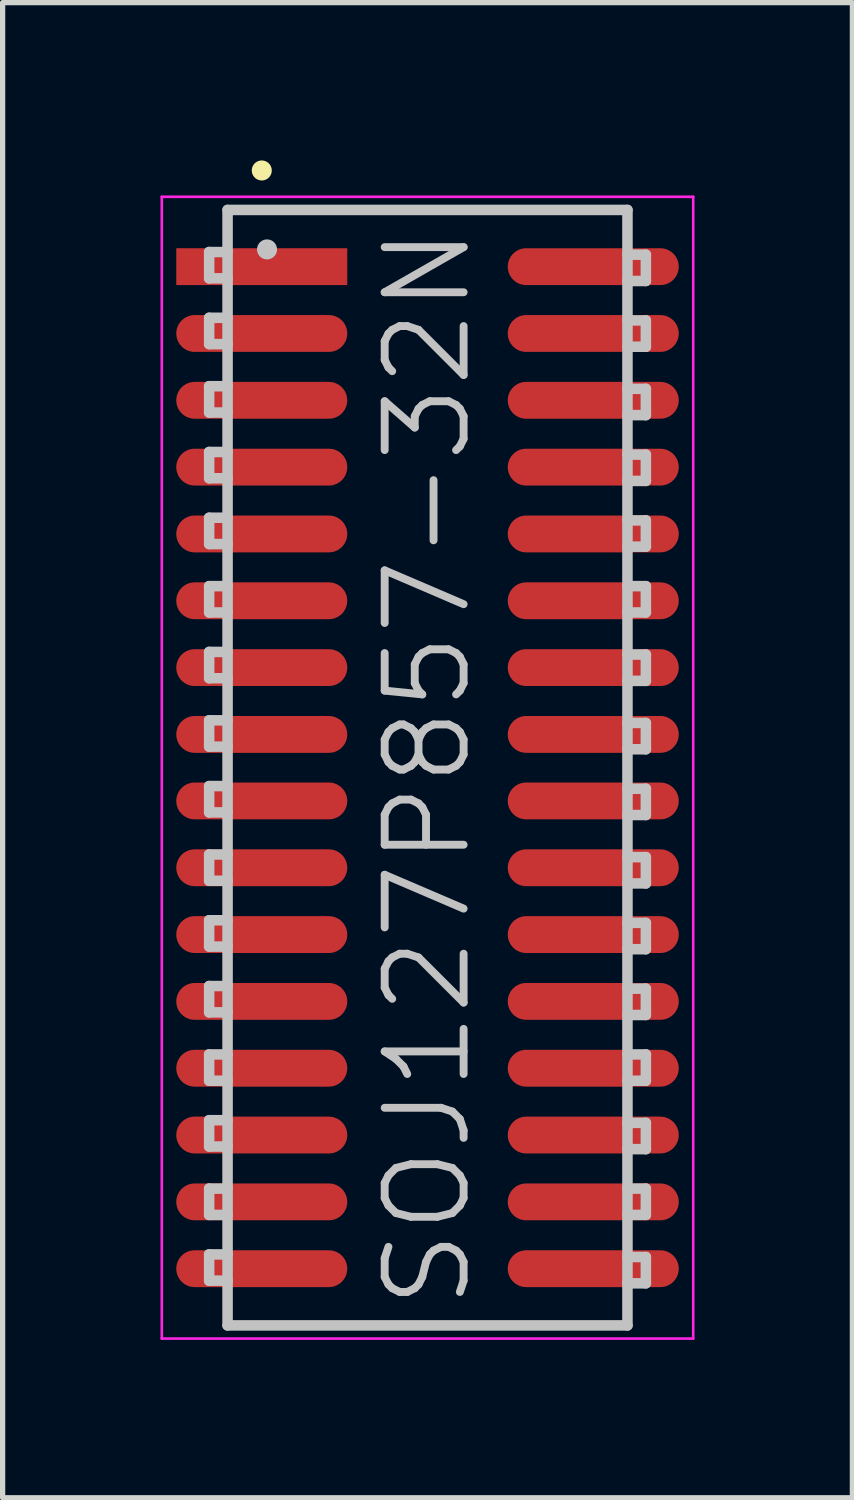
<source format=kicad_pcb>
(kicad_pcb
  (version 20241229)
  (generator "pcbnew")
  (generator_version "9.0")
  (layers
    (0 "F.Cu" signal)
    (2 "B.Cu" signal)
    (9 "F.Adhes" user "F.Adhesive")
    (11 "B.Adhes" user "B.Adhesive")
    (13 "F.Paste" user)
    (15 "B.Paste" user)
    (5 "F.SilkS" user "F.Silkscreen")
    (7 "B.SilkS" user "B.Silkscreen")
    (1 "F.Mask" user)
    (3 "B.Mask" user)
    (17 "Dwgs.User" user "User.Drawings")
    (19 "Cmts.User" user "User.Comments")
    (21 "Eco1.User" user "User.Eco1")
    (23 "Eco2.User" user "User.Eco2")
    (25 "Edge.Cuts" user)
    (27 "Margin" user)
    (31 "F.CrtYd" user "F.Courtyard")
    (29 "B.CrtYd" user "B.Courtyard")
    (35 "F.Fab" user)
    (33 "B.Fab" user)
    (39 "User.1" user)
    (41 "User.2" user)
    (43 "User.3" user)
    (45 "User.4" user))
  (footprint "SOJ127P857-32N"
    (layer "F.Cu")
    (at 5.075 11.54)
    (property "Reference" "SOJ127P857-32N" (at 0 0 90) (layer "Dwgs.User") (effects (font (size 1.5 1.5) (thickness 0.15))))
    (attr smd)
    (fp_line (start -3.15 -11.35) (end -3.15 -11.35) (stroke (width 0.381) (type solid)) (layer "F.SilkS"))
    (fp_line (start -4.15 -9.8) (end -4.15 -9.3) (stroke (width 0.2) (type solid)) (layer "Dwgs.User"))
    (fp_line (start -4.15 -9.3) (end -3.8 -9.3) (stroke (width 0.2) (type solid)) (layer "Dwgs.User"))
    (fp_line (start -4.15 -8.55) (end -4.15 -8.05) (stroke (width 0.2) (type solid)) (layer "Dwgs.User"))
    (fp_line (start -4.15 -8.05) (end -3.8 -8.05) (stroke (width 0.2) (type solid)) (layer "Dwgs.User"))
    (fp_line (start -4.15 -7.25) (end -4.15 -6.75) (stroke (width 0.2) (type solid)) (layer "Dwgs.User"))
    (fp_line (start -4.15 -6.75) (end -3.8 -6.75) (stroke (width 0.2) (type solid)) (layer "Dwgs.User"))
    (fp_line (start -4.15 -6) (end -4.15 -5.5) (stroke (width 0.2) (type solid)) (layer "Dwgs.User"))
    (fp_line (start -4.15 -5.5) (end -3.8 -5.5) (stroke (width 0.2) (type solid)) (layer "Dwgs.User"))
    (fp_line (start -4.15 -4.75) (end -4.15 -4.25) (stroke (width 0.2) (type solid)) (layer "Dwgs.User"))
    (fp_line (start -4.15 -4.25) (end -3.8 -4.25) (stroke (width 0.2) (type solid)) (layer "Dwgs.User"))
    (fp_line (start -4.15 -3.45) (end -4.15 -2.95) (stroke (width 0.2) (type solid)) (layer "Dwgs.User"))
    (fp_line (start -4.15 -2.95) (end -3.8 -2.95) (stroke (width 0.2) (type solid)) (layer "Dwgs.User"))
    (fp_line (start -4.15 -2.2) (end -4.15 -1.7) (stroke (width 0.2) (type solid)) (layer "Dwgs.User"))
    (fp_line (start -4.15 -1.7) (end -3.8 -1.7) (stroke (width 0.2) (type solid)) (layer "Dwgs.User"))
    (fp_line (start -4.15 -0.9) (end -4.15 -0.4) (stroke (width 0.2) (type solid)) (layer "Dwgs.User"))
    (fp_line (start -4.15 -0.4) (end -3.8 -0.4) (stroke (width 0.2) (type solid)) (layer "Dwgs.User"))
    (fp_line (start -4.15 0.35) (end -4.15 0.85) (stroke (width 0.2) (type solid)) (layer "Dwgs.User"))
    (fp_line (start -4.15 0.85) (end -3.8 0.85) (stroke (width 0.2) (type solid)) (layer "Dwgs.User"))
    (fp_line (start -4.15 1.65) (end -4.15 2.15) (stroke (width 0.2) (type solid)) (layer "Dwgs.User"))
    (fp_line (start -4.15 2.15) (end -3.8 2.15) (stroke (width 0.2) (type solid)) (layer "Dwgs.User"))
    (fp_line (start -4.15 2.9) (end -4.15 3.4) (stroke (width 0.2) (type solid)) (layer "Dwgs.User"))
    (fp_line (start -4.15 3.4) (end -3.8 3.4) (stroke (width 0.2) (type solid)) (layer "Dwgs.User"))
    (fp_line (start -4.15 4.15) (end -4.15 4.65) (stroke (width 0.2) (type solid)) (layer "Dwgs.User"))
    (fp_line (start -4.15 4.65) (end -3.8 4.65) (stroke (width 0.2) (type solid)) (layer "Dwgs.User"))
    (fp_line (start -4.15 5.45) (end -4.15 5.95) (stroke (width 0.2) (type solid)) (layer "Dwgs.User"))
    (fp_line (start -4.15 5.95) (end -3.8 5.95) (stroke (width 0.2) (type solid)) (layer "Dwgs.User"))
    (fp_line (start -4.15 6.7) (end -4.15 7.2) (stroke (width 0.2) (type solid)) (layer "Dwgs.User"))
    (fp_line (start -4.15 7.2) (end -3.8 7.2) (stroke (width 0.2) (type solid)) (layer "Dwgs.User"))
    (fp_line (start -4.15 8) (end -4.15 8.5) (stroke (width 0.2) (type solid)) (layer "Dwgs.User"))
    (fp_line (start -4.15 8.5) (end -3.8 8.5) (stroke (width 0.2) (type solid)) (layer "Dwgs.User"))
    (fp_line (start -4.15 9.25) (end -4.15 9.75) (stroke (width 0.2) (type solid)) (layer "Dwgs.User"))
    (fp_line (start -4.15 9.75) (end -3.8 9.75) (stroke (width 0.2) (type solid)) (layer "Dwgs.User"))
    (fp_line (start -3.8 -10.6) (end -3.8 10.6) (stroke (width 0.2) (type solid)) (layer "Dwgs.User"))
    (fp_line (start -3.8 -10.6) (end 3.8 -10.6) (stroke (width 0.2) (type solid)) (layer "Dwgs.User"))
    (fp_line (start -3.8 -9.8) (end -4.15 -9.8) (stroke (width 0.2) (type solid)) (layer "Dwgs.User"))
    (fp_line (start -3.8 -8.55) (end -4.15 -8.55) (stroke (width 0.2) (type solid)) (layer "Dwgs.User"))
    (fp_line (start -3.8 -7.25) (end -4.15 -7.25) (stroke (width 0.2) (type solid)) (layer "Dwgs.User"))
    (fp_line (start -3.8 -6) (end -4.15 -6) (stroke (width 0.2) (type solid)) (layer "Dwgs.User"))
    (fp_line (start -3.8 -4.75) (end -4.15 -4.75) (stroke (width 0.2) (type solid)) (layer "Dwgs.User"))
    (fp_line (start -3.8 -3.45) (end -4.15 -3.45) (stroke (width 0.2) (type solid)) (layer "Dwgs.User"))
    (fp_line (start -3.8 -2.2) (end -4.15 -2.2) (stroke (width 0.2) (type solid)) (layer "Dwgs.User"))
    (fp_line (start -3.8 -0.9) (end -4.15 -0.9) (stroke (width 0.2) (type solid)) (layer "Dwgs.User"))
    (fp_line (start -3.8 0.35) (end -4.15 0.35) (stroke (width 0.2) (type solid)) (layer "Dwgs.User"))
    (fp_line (start -3.8 1.65) (end -4.15 1.65) (stroke (width 0.2) (type solid)) (layer "Dwgs.User"))
    (fp_line (start -3.8 2.9) (end -4.15 2.9) (stroke (width 0.2) (type solid)) (layer "Dwgs.User"))
    (fp_line (start -3.8 4.15) (end -4.15 4.15) (stroke (width 0.2) (type solid)) (layer "Dwgs.User"))
    (fp_line (start -3.8 5.45) (end -4.15 5.45) (stroke (width 0.2) (type solid)) (layer "Dwgs.User"))
    (fp_line (start -3.8 6.7) (end -4.15 6.7) (stroke (width 0.2) (type solid)) (layer "Dwgs.User"))
    (fp_line (start -3.8 8) (end -4.15 8) (stroke (width 0.2) (type solid)) (layer "Dwgs.User"))
    (fp_line (start -3.8 9.25) (end -4.15 9.25) (stroke (width 0.2) (type solid)) (layer "Dwgs.User"))
    (fp_line (start -3.8 10.6) (end 3.8 10.6) (stroke (width 0.2) (type solid)) (layer "Dwgs.User"))
    (fp_line (start -3.05 -9.85) (end -3.05 -9.85) (stroke (width 0.381) (type solid)) (layer "Dwgs.User"))
    (fp_line (start 3.8 -10.6) (end 3.8 10.6) (stroke (width 0.2) (type solid)) (layer "Dwgs.User"))
    (fp_line (start 3.8 -9.75) (end 4.15 -9.75) (stroke (width 0.2) (type solid)) (layer "Dwgs.User"))
    (fp_line (start 3.8 -8.5) (end 4.15 -8.5) (stroke (width 0.2) (type solid)) (layer "Dwgs.User"))
    (fp_line (start 3.8 -7.2) (end 4.15 -7.2) (stroke (width 0.2) (type solid)) (layer "Dwgs.User"))
    (fp_line (start 3.8 -5.95) (end 4.15 -5.95) (stroke (width 0.2) (type solid)) (layer "Dwgs.User"))
    (fp_line (start 3.8 -4.7) (end 4.15 -4.7) (stroke (width 0.2) (type solid)) (layer "Dwgs.User"))
    (fp_line (start 3.8 -3.45) (end 4.15 -3.45) (stroke (width 0.2) (type solid)) (layer "Dwgs.User"))
    (fp_line (start 3.8 -2.15) (end 4.15 -2.15) (stroke (width 0.2) (type solid)) (layer "Dwgs.User"))
    (fp_line (start 3.8 -0.85) (end 4.15 -0.85) (stroke (width 0.2) (type solid)) (layer "Dwgs.User"))
    (fp_line (start 3.8 0.4) (end 4.15 0.4) (stroke (width 0.2) (type solid)) (layer "Dwgs.User"))
    (fp_line (start 3.8 1.7) (end 4.15 1.7) (stroke (width 0.2) (type solid)) (layer "Dwgs.User"))
    (fp_line (start 3.8 2.95) (end 4.15 2.95) (stroke (width 0.2) (type solid)) (layer "Dwgs.User"))
    (fp_line (start 3.8 4.2) (end 4.15 4.2) (stroke (width 0.2) (type solid)) (layer "Dwgs.User"))
    (fp_line (start 3.8 5.45) (end 4.15 5.45) (stroke (width 0.2) (type solid)) (layer "Dwgs.User"))
    (fp_line (start 3.8 6.75) (end 4.15 6.75) (stroke (width 0.2) (type solid)) (layer "Dwgs.User"))
    (fp_line (start 3.8 8) (end 4.15 8) (stroke (width 0.2) (type solid)) (layer "Dwgs.User"))
    (fp_line (start 3.8 9.3) (end 4.15 9.3) (stroke (width 0.2) (type solid)) (layer "Dwgs.User"))
    (fp_line (start 4.15 -9.75) (end 4.15 -9.25) (stroke (width 0.2) (type solid)) (layer "Dwgs.User"))
    (fp_line (start 4.15 -9.25) (end 3.8 -9.25) (stroke (width 0.2) (type solid)) (layer "Dwgs.User"))
    (fp_line (start 4.15 -8.5) (end 4.15 -8) (stroke (width 0.2) (type solid)) (layer "Dwgs.User"))
    (fp_line (start 4.15 -8) (end 3.8 -8) (stroke (width 0.2) (type solid)) (layer "Dwgs.User"))
    (fp_line (start 4.15 -7.2) (end 4.15 -6.7) (stroke (width 0.2) (type solid)) (layer "Dwgs.User"))
    (fp_line (start 4.15 -6.7) (end 3.8 -6.7) (stroke (width 0.2) (type solid)) (layer "Dwgs.User"))
    (fp_line (start 4.15 -5.95) (end 4.15 -5.45) (stroke (width 0.2) (type solid)) (layer "Dwgs.User"))
    (fp_line (start 4.15 -5.45) (end 3.8 -5.45) (stroke (width 0.2) (type solid)) (layer "Dwgs.User"))
    (fp_line (start 4.15 -4.7) (end 4.15 -4.2) (stroke (width 0.2) (type solid)) (layer "Dwgs.User"))
    (fp_line (start 4.15 -4.2) (end 3.8 -4.2) (stroke (width 0.2) (type solid)) (layer "Dwgs.User"))
    (fp_line (start 4.15 -3.45) (end 4.15 -2.95) (stroke (width 0.2) (type solid)) (layer "Dwgs.User"))
    (fp_line (start 4.15 -2.95) (end 3.8 -2.95) (stroke (width 0.2) (type solid)) (layer "Dwgs.User"))
    (fp_line (start 4.15 -2.15) (end 4.15 -1.65) (stroke (width 0.2) (type solid)) (layer "Dwgs.User"))
    (fp_line (start 4.15 -1.65) (end 3.8 -1.65) (stroke (width 0.2) (type solid)) (layer "Dwgs.User"))
    (fp_line (start 4.15 -0.85) (end 4.15 -0.35) (stroke (width 0.2) (type solid)) (layer "Dwgs.User"))
    (fp_line (start 4.15 -0.35) (end 3.8 -0.35) (stroke (width 0.2) (type solid)) (layer "Dwgs.User"))
    (fp_line (start 4.15 0.4) (end 4.15 0.9) (stroke (width 0.2) (type solid)) (layer "Dwgs.User"))
    (fp_line (start 4.15 0.9) (end 3.8 0.9) (stroke (width 0.2) (type solid)) (layer "Dwgs.User"))
    (fp_line (start 4.15 1.7) (end 4.15 2.2) (stroke (width 0.2) (type solid)) (layer "Dwgs.User"))
    (fp_line (start 4.15 2.2) (end 3.8 2.2) (stroke (width 0.2) (type solid)) (layer "Dwgs.User"))
    (fp_line (start 4.15 2.95) (end 4.15 3.45) (stroke (width 0.2) (type solid)) (layer "Dwgs.User"))
    (fp_line (start 4.15 3.45) (end 3.8 3.45) (stroke (width 0.2) (type solid)) (layer "Dwgs.User"))
    (fp_line (start 4.15 4.2) (end 4.15 4.7) (stroke (width 0.2) (type solid)) (layer "Dwgs.User"))
    (fp_line (start 4.15 4.7) (end 3.8 4.7) (stroke (width 0.2) (type solid)) (layer "Dwgs.User"))
    (fp_line (start 4.15 5.45) (end 4.15 5.95) (stroke (width 0.2) (type solid)) (layer "Dwgs.User"))
    (fp_line (start 4.15 5.95) (end 3.8 5.95) (stroke (width 0.2) (type solid)) (layer "Dwgs.User"))
    (fp_line (start 4.15 6.75) (end 4.15 7.25) (stroke (width 0.2) (type solid)) (layer "Dwgs.User"))
    (fp_line (start 4.15 7.25) (end 3.8 7.25) (stroke (width 0.2) (type solid)) (layer "Dwgs.User"))
    (fp_line (start 4.15 8) (end 4.15 8.5) (stroke (width 0.2) (type solid)) (layer "Dwgs.User"))
    (fp_line (start 4.15 8.5) (end 3.8 8.5) (stroke (width 0.2) (type solid)) (layer "Dwgs.User"))
    (fp_line (start 4.15 9.3) (end 4.15 9.8) (stroke (width 0.2) (type solid)) (layer "Dwgs.User"))
    (fp_line (start 4.15 9.8) (end 3.8 9.8) (stroke (width 0.2) (type solid)) (layer "Dwgs.User"))
    (fp_line (start -5.05 -10.85) (end -5.05 10.85) (stroke (width 0.05) (type solid)) (layer "F.CrtYd"))
    (fp_line (start -5.05 -10.85) (end 5.05 -10.85) (stroke (width 0.05) (type solid)) (layer "F.CrtYd"))
    (fp_line (start -5.05 10.85) (end 5.05 10.85) (stroke (width 0.05) (type solid)) (layer "F.CrtYd"))
    (fp_line (start 5.05 -10.85) (end 5.05 10.85) (stroke (width 0.05) (type solid)) (layer "F.CrtYd"))
    (pad "1" smd rect (at -3.15 -9.522 90) (size 0.7 3.25) (layers "F.Cu" "F.Mask" "F.Paste"))
    (pad "2" smd oval (at -3.15 -8.252 90) (size 0.7 3.25) (layers "F.Cu" "F.Mask" "F.Paste"))
    (pad "3" smd oval (at -3.15 -6.982 90) (size 0.7 3.25) (layers "F.Cu" "F.Mask" "F.Paste"))
    (pad "4" smd oval (at -3.15 -5.712 90) (size 0.7 3.25) (layers "F.Cu" "F.Mask" "F.Paste"))
    (pad "5" smd oval (at -3.15 -4.442 90) (size 0.7 3.25) (layers "F.Cu" "F.Mask" "F.Paste"))
    (pad "6" smd oval (at -3.15 -3.172 90) (size 0.7 3.25) (layers "F.Cu" "F.Mask" "F.Paste"))
    (pad "7" smd oval (at -3.15 -1.902 90) (size 0.7 3.25) (layers "F.Cu" "F.Mask" "F.Paste"))
    (pad "8" smd oval (at -3.15 -0.632 90) (size 0.7 3.25) (layers "F.Cu" "F.Mask" "F.Paste"))
    (pad "9" smd oval (at -3.15 0.632 90) (size 0.7 3.25) (layers "F.Cu" "F.Mask" "F.Paste"))
    (pad "10" smd oval (at -3.15 1.902 90) (size 0.7 3.25) (layers "F.Cu" "F.Mask" "F.Paste"))
    (pad "11" smd oval (at -3.15 3.172 90) (size 0.7 3.25) (layers "F.Cu" "F.Mask" "F.Paste"))
    (pad "12" smd oval (at -3.15 4.442 90) (size 0.7 3.25) (layers "F.Cu" "F.Mask" "F.Paste"))
    (pad "13" smd oval (at -3.15 5.712 90) (size 0.7 3.25) (layers "F.Cu" "F.Mask" "F.Paste"))
    (pad "14" smd oval (at -3.15 6.982 90) (size 0.7 3.25) (layers "F.Cu" "F.Mask" "F.Paste"))
    (pad "15" smd oval (at -3.15 8.252 90) (size 0.7 3.25) (layers "F.Cu" "F.Mask" "F.Paste"))
    (pad "16" smd oval (at -3.15 9.522 90) (size 0.7 3.25) (layers "F.Cu" "F.Mask" "F.Paste"))
    (pad "17" smd oval (at 3.15 9.522 270) (size 0.7 3.25) (layers "F.Cu" "F.Mask" "F.Paste"))
    (pad "18" smd oval (at 3.15 8.252 270) (size 0.7 3.25) (layers "F.Cu" "F.Mask" "F.Paste"))
    (pad "19" smd oval (at 3.15 6.982 270) (size 0.7 3.25) (layers "F.Cu" "F.Mask" "F.Paste"))
    (pad "20" smd oval (at 3.15 5.712 270) (size 0.7 3.25) (layers "F.Cu" "F.Mask" "F.Paste"))
    (pad "21" smd oval (at 3.15 4.442 270) (size 0.7 3.25) (layers "F.Cu" "F.Mask" "F.Paste"))
    (pad "22" smd oval (at 3.15 3.172 270) (size 0.7 3.25) (layers "F.Cu" "F.Mask" "F.Paste"))
    (pad "23" smd oval (at 3.15 1.902 270) (size 0.7 3.25) (layers "F.Cu" "F.Mask" "F.Paste"))
    (pad "24" smd oval (at 3.15 0.632 270) (size 0.7 3.25) (layers "F.Cu" "F.Mask" "F.Paste"))
    (pad "25" smd oval (at 3.15 -0.632 270) (size 0.7 3.25) (layers "F.Cu" "F.Mask" "F.Paste"))
    (pad "26" smd oval (at 3.15 -1.902 270) (size 0.7 3.25) (layers "F.Cu" "F.Mask" "F.Paste"))
    (pad "27" smd oval (at 3.15 -3.172 270) (size 0.7 3.25) (layers "F.Cu" "F.Mask" "F.Paste"))
    (pad "28" smd oval (at 3.15 -4.442 270) (size 0.7 3.25) (layers "F.Cu" "F.Mask" "F.Paste"))
    (pad "29" smd oval (at 3.15 -5.712 270) (size 0.7 3.25) (layers "F.Cu" "F.Mask" "F.Paste"))
    (pad "30" smd oval (at 3.15 -6.982 270) (size 0.7 3.25) (layers "F.Cu" "F.Mask" "F.Paste"))
    (pad "31" smd oval (at 3.15 -8.252 270) (size 0.7 3.25) (layers "F.Cu" "F.Mask" "F.Paste"))
    (pad "32" smd oval (at 3.15 -9.522 270) (size 0.7 3.25) (layers "F.Cu" "F.Mask" "F.Paste")))
  (gr_rect
    (start -3 -3)
    (end 13.15 25.416)
    (stroke (width 0.1) (type default))
    (fill no)
    (layer "Edge.Cuts")))
</source>
